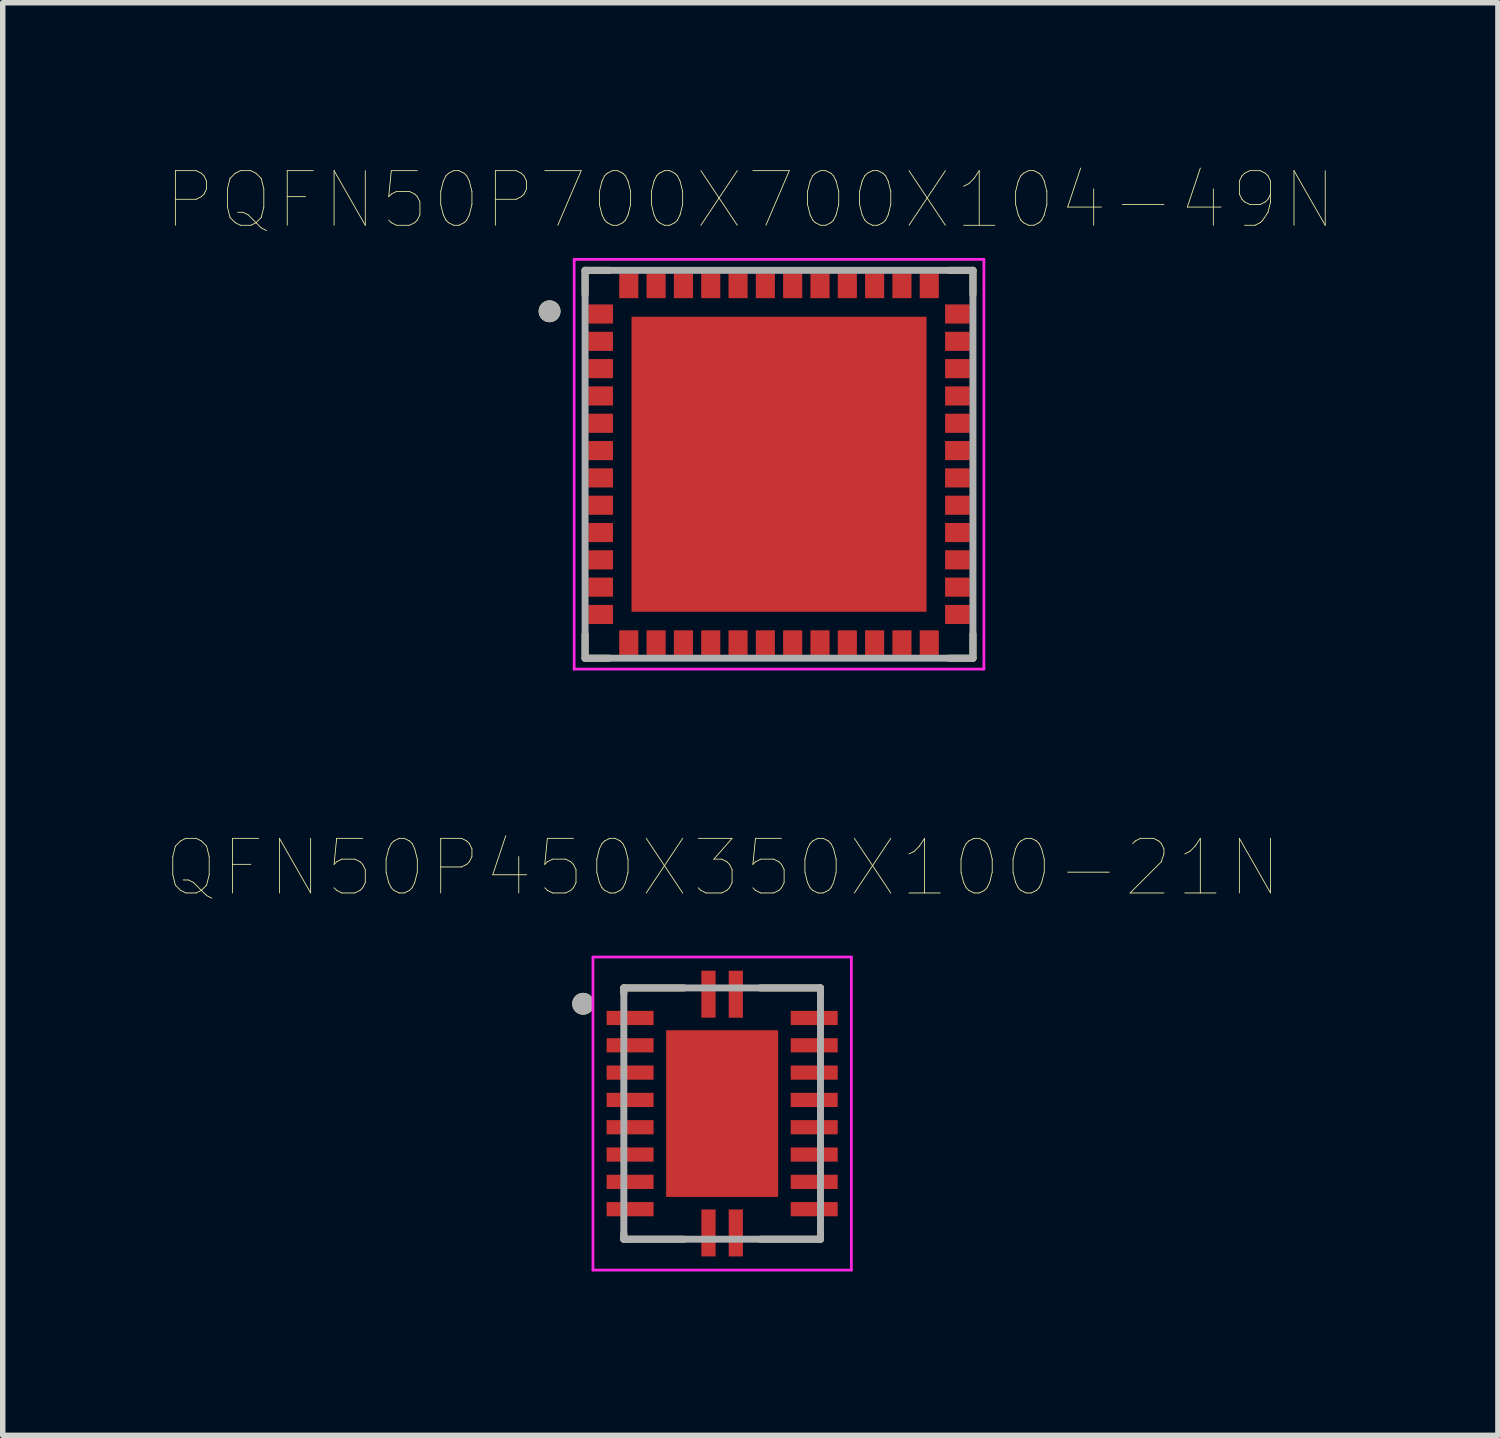
<source format=kicad_pcb>
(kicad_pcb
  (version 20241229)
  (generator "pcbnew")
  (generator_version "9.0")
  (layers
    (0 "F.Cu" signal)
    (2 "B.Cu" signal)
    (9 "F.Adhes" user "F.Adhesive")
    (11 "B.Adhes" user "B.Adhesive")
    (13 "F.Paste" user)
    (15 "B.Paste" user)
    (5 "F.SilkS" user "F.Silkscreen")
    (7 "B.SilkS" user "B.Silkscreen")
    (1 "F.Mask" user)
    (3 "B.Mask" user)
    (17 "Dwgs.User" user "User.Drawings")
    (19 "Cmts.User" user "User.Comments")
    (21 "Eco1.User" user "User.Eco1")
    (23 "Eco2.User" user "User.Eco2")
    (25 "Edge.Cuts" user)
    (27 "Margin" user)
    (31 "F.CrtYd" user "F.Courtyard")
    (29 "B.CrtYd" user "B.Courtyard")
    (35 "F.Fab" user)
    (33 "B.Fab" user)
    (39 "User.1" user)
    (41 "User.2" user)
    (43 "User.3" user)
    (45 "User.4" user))
  (footprint "PQFN50P700X700X104-49N"
    (layer "F.Cu")
    (at 11.21 5.448)
    (property "Reference" "PQFN50P700X700X104-49N" (at -0.526 -4.836 0) (layer "F.SilkS") (effects (font (size 1 1) (thickness 0.015))))
    (attr through_hole)
    (fp_line (start -3.55 -3.55) (end -3.11 -3.55) (stroke (width 0.127) (type solid)) (layer "F.SilkS"))
    (fp_line (start -3.55 -3.11) (end -3.55 -3.55) (stroke (width 0.127) (type solid)) (layer "F.SilkS"))
    (fp_line (start -3.55 3.11) (end -3.55 3.55) (stroke (width 0.127) (type solid)) (layer "F.SilkS"))
    (fp_line (start -3.55 3.55) (end -3.11 3.55) (stroke (width 0.127) (type solid)) (layer "F.SilkS"))
    (fp_line (start 3.55 -3.55) (end 3.11 -3.55) (stroke (width 0.127) (type solid)) (layer "F.SilkS"))
    (fp_line (start 3.55 -3.11) (end 3.55 -3.55) (stroke (width 0.127) (type solid)) (layer "F.SilkS"))
    (fp_line (start 3.55 3.11) (end 3.55 3.55) (stroke (width 0.127) (type solid)) (layer "F.SilkS"))
    (fp_line (start 3.55 3.55) (end 3.11 3.55) (stroke (width 0.127) (type solid)) (layer "F.SilkS"))
    (fp_circle (center -4.2 -2.8) (end -4.1 -2.8) (stroke (width 0.2) (type solid)) (fill no) (layer "F.SilkS"))
    (fp_poly (pts (xy -2.305 -2.305) (xy -0.395 -2.305) (xy -0.395 -0.395) (xy -2.305 -0.395)) (stroke (width 0.01) (type solid)) (fill yes) (layer "F.Paste"))
    (fp_poly (pts (xy -2.305 0.395) (xy -0.395 0.395) (xy -0.395 2.305) (xy -2.305 2.305)) (stroke (width 0.01) (type solid)) (fill yes) (layer "F.Paste"))
    (fp_poly (pts (xy 0.395 -2.305) (xy 2.305 -2.305) (xy 2.305 -0.395) (xy 0.395 -0.395)) (stroke (width 0.01) (type solid)) (fill yes) (layer "F.Paste"))
    (fp_poly (pts (xy 0.395 0.395) (xy 2.305 0.395) (xy 2.305 2.305) (xy 0.395 2.305)) (stroke (width 0.01) (type solid)) (fill yes) (layer "F.Paste"))
    (fp_line (start -3.75 -3.75) (end -3.75 3.75) (stroke (width 0.05) (type solid)) (layer "F.CrtYd"))
    (fp_line (start -3.75 3.75) (end 3.75 3.75) (stroke (width 0.05) (type solid)) (layer "F.CrtYd"))
    (fp_line (start 3.75 -3.75) (end -3.75 -3.75) (stroke (width 0.05) (type solid)) (layer "F.CrtYd"))
    (fp_line (start 3.75 3.75) (end 3.75 -3.75) (stroke (width 0.05) (type solid)) (layer "F.CrtYd"))
    (fp_line (start -3.55 -3.55) (end 3.55 -3.55) (stroke (width 0.127) (type solid)) (layer "F.Fab"))
    (fp_line (start -3.55 3.55) (end -3.55 -3.55) (stroke (width 0.127) (type solid)) (layer "F.Fab"))
    (fp_line (start 3.55 -3.55) (end 3.55 3.55) (stroke (width 0.127) (type solid)) (layer "F.Fab"))
    (fp_line (start 3.55 3.55) (end -3.55 3.55) (stroke (width 0.127) (type solid)) (layer "F.Fab"))
    (fp_circle (center -4.2 -2.8) (end -4.1 -2.8) (stroke (width 0.2) (type solid)) (fill no) (layer "F.Fab"))
    (pad "1" smd rect (at -3.265 -2.75) (size 0.45 0.35) (layers "F.Cu" "F.Mask" "F.Paste"))
    (pad "2" smd rect (at -3.265 -2.25) (size 0.45 0.35) (layers "F.Cu" "F.Mask" "F.Paste"))
    (pad "3" smd rect (at -3.265 -1.75) (size 0.45 0.35) (layers "F.Cu" "F.Mask" "F.Paste"))
    (pad "4" smd rect (at -3.265 -1.25) (size 0.45 0.35) (layers "F.Cu" "F.Mask" "F.Paste"))
    (pad "5" smd rect (at -3.265 -0.75) (size 0.45 0.35) (layers "F.Cu" "F.Mask" "F.Paste"))
    (pad "6" smd rect (at -3.265 -0.25) (size 0.45 0.35) (layers "F.Cu" "F.Mask" "F.Paste"))
    (pad "7" smd rect (at -3.265 0.25) (size 0.45 0.35) (layers "F.Cu" "F.Mask" "F.Paste"))
    (pad "8" smd rect (at -3.265 0.75) (size 0.45 0.35) (layers "F.Cu" "F.Mask" "F.Paste"))
    (pad "9" smd rect (at -3.265 1.25) (size 0.45 0.35) (layers "F.Cu" "F.Mask" "F.Paste"))
    (pad "10" smd rect (at -3.265 1.75) (size 0.45 0.35) (layers "F.Cu" "F.Mask" "F.Paste"))
    (pad "11" smd rect (at -3.265 2.25) (size 0.45 0.35) (layers "F.Cu" "F.Mask" "F.Paste"))
    (pad "12" smd rect (at -3.265 2.75) (size 0.45 0.35) (layers "F.Cu" "F.Mask" "F.Paste"))
    (pad "13" smd rect (at -2.75 3.265) (size 0.35 0.45) (layers "F.Cu" "F.Mask" "F.Paste"))
    (pad "14" smd rect (at -2.25 3.265) (size 0.35 0.45) (layers "F.Cu" "F.Mask" "F.Paste"))
    (pad "15" smd rect (at -1.75 3.265) (size 0.35 0.45) (layers "F.Cu" "F.Mask" "F.Paste"))
    (pad "16" smd rect (at -1.25 3.265) (size 0.35 0.45) (layers "F.Cu" "F.Mask" "F.Paste"))
    (pad "17" smd rect (at -0.75 3.265) (size 0.35 0.45) (layers "F.Cu" "F.Mask" "F.Paste"))
    (pad "18" smd rect (at -0.25 3.265) (size 0.35 0.45) (layers "F.Cu" "F.Mask" "F.Paste"))
    (pad "19" smd rect (at 0.25 3.265) (size 0.35 0.45) (layers "F.Cu" "F.Mask" "F.Paste"))
    (pad "20" smd rect (at 0.75 3.265) (size 0.35 0.45) (layers "F.Cu" "F.Mask" "F.Paste"))
    (pad "21" smd rect (at 1.25 3.265) (size 0.35 0.45) (layers "F.Cu" "F.Mask" "F.Paste"))
    (pad "22" smd rect (at 1.75 3.265) (size 0.35 0.45) (layers "F.Cu" "F.Mask" "F.Paste"))
    (pad "23" smd rect (at 2.25 3.265) (size 0.35 0.45) (layers "F.Cu" "F.Mask" "F.Paste"))
    (pad "24" smd rect (at 2.75 3.265) (size 0.35 0.45) (layers "F.Cu" "F.Mask" "F.Paste"))
    (pad "25" smd rect (at 3.265 2.75) (size 0.45 0.35) (layers "F.Cu" "F.Mask" "F.Paste"))
    (pad "26" smd rect (at 3.265 2.25) (size 0.45 0.35) (layers "F.Cu" "F.Mask" "F.Paste"))
    (pad "27" smd rect (at 3.265 1.75) (size 0.45 0.35) (layers "F.Cu" "F.Mask" "F.Paste"))
    (pad "28" smd rect (at 3.265 1.25) (size 0.45 0.35) (layers "F.Cu" "F.Mask" "F.Paste"))
    (pad "29" smd rect (at 3.265 0.75) (size 0.45 0.35) (layers "F.Cu" "F.Mask" "F.Paste"))
    (pad "30" smd rect (at 3.265 0.25) (size 0.45 0.35) (layers "F.Cu" "F.Mask" "F.Paste"))
    (pad "31" smd rect (at 3.265 -0.25) (size 0.45 0.35) (layers "F.Cu" "F.Mask" "F.Paste"))
    (pad "32" smd rect (at 3.265 -0.75) (size 0.45 0.35) (layers "F.Cu" "F.Mask" "F.Paste"))
    (pad "33" smd rect (at 3.265 -1.25) (size 0.45 0.35) (layers "F.Cu" "F.Mask" "F.Paste"))
    (pad "34" smd rect (at 3.265 -1.75) (size 0.45 0.35) (layers "F.Cu" "F.Mask" "F.Paste"))
    (pad "35" smd rect (at 3.265 -2.25) (size 0.45 0.35) (layers "F.Cu" "F.Mask" "F.Paste"))
    (pad "36" smd rect (at 3.265 -2.75) (size 0.45 0.35) (layers "F.Cu" "F.Mask" "F.Paste"))
    (pad "37" smd rect (at 2.75 -3.265) (size 0.35 0.45) (layers "F.Cu" "F.Mask" "F.Paste"))
    (pad "38" smd rect (at 2.25 -3.265) (size 0.35 0.45) (layers "F.Cu" "F.Mask" "F.Paste"))
    (pad "39" smd rect (at 1.75 -3.265) (size 0.35 0.45) (layers "F.Cu" "F.Mask" "F.Paste"))
    (pad "40" smd rect (at 1.25 -3.265) (size 0.35 0.45) (layers "F.Cu" "F.Mask" "F.Paste"))
    (pad "41" smd rect (at 0.75 -3.265) (size 0.35 0.45) (layers "F.Cu" "F.Mask" "F.Paste"))
    (pad "42" smd rect (at 0.25 -3.265) (size 0.35 0.45) (layers "F.Cu" "F.Mask" "F.Paste"))
    (pad "43" smd rect (at -0.25 -3.265) (size 0.35 0.45) (layers "F.Cu" "F.Mask" "F.Paste"))
    (pad "44" smd rect (at -0.75 -3.265) (size 0.35 0.45) (layers "F.Cu" "F.Mask" "F.Paste"))
    (pad "45" smd rect (at -1.25 -3.265) (size 0.35 0.45) (layers "F.Cu" "F.Mask" "F.Paste"))
    (pad "46" smd rect (at -1.75 -3.265) (size 0.35 0.45) (layers "F.Cu" "F.Mask" "F.Paste"))
    (pad "47" smd rect (at -2.25 -3.265) (size 0.35 0.45) (layers "F.Cu" "F.Mask" "F.Paste"))
    (pad "48" smd rect (at -2.75 -3.265) (size 0.35 0.45) (layers "F.Cu" "F.Mask" "F.Paste"))
    (pad "49" smd rect (at 0 0) (size 5.4 5.4) (layers "F.Cu" "F.Mask")))
  (footprint "QFN50P450X350X100-21N"
    (layer "F.Cu")
    (at 10.169 17.334)
    (property "Reference" "QFN50P450X350X100-21N" (at 0.015 -4.5 0) (layer "F.SilkS") (effects (font (size 1 1) (thickness 0.015))))
    (attr through_hole)
    (fp_line (start -1.8 -2.3) (end -1.8 -2.2) (stroke (width 0.127) (type solid)) (layer "F.SilkS"))
    (fp_line (start -1.8 -2.3) (end -0.7 -2.3) (stroke (width 0.127) (type solid)) (layer "F.SilkS"))
    (fp_line (start -1.8 2.3) (end -1.8 2.2) (stroke (width 0.127) (type solid)) (layer "F.SilkS"))
    (fp_line (start -1.8 2.3) (end -0.7 2.3) (stroke (width 0.127) (type solid)) (layer "F.SilkS"))
    (fp_line (start 1.8 -2.3) (end 0.7 -2.3) (stroke (width 0.127) (type solid)) (layer "F.SilkS"))
    (fp_line (start 1.8 -2.3) (end 1.8 -2.2) (stroke (width 0.127) (type solid)) (layer "F.SilkS"))
    (fp_line (start 1.8 2.3) (end 0.7 2.3) (stroke (width 0.127) (type solid)) (layer "F.SilkS"))
    (fp_line (start 1.8 2.3) (end 1.8 2.2) (stroke (width 0.127) (type solid)) (layer "F.SilkS"))
    (fp_circle (center -2.545 -2.01) (end -2.445 -2.01) (stroke (width 0.2) (type solid)) (fill no) (layer "F.SilkS"))
    (fp_poly (pts (xy -0.89 -1.33) (xy -0.13 -1.33) (xy -0.13 -0.19) (xy -0.89 -0.19)) (stroke (width 0.01) (type solid)) (fill yes) (layer "F.Paste"))
    (fp_poly (pts (xy -0.89 0.19) (xy -0.13 0.19) (xy -0.13 1.33) (xy -0.89 1.33)) (stroke (width 0.01) (type solid)) (fill yes) (layer "F.Paste"))
    (fp_poly (pts (xy 0.13 -1.33) (xy 0.89 -1.33) (xy 0.89 -0.19) (xy 0.13 -0.19)) (stroke (width 0.01) (type solid)) (fill yes) (layer "F.Paste"))
    (fp_poly (pts (xy 0.13 0.19) (xy 0.89 0.19) (xy 0.89 1.33) (xy 0.13 1.33)) (stroke (width 0.01) (type solid)) (fill yes) (layer "F.Paste"))
    (fp_line (start -2.365 -2.865) (end 2.365 -2.865) (stroke (width 0.05) (type solid)) (layer "F.CrtYd"))
    (fp_line (start -2.365 2.865) (end -2.365 -2.865) (stroke (width 0.05) (type solid)) (layer "F.CrtYd"))
    (fp_line (start -2.365 2.865) (end 2.365 2.865) (stroke (width 0.05) (type solid)) (layer "F.CrtYd"))
    (fp_line (start 2.365 2.865) (end 2.365 -2.865) (stroke (width 0.05) (type solid)) (layer "F.CrtYd"))
    (fp_line (start -1.8 2.3) (end -1.8 -2.3) (stroke (width 0.127) (type solid)) (layer "F.Fab"))
    (fp_line (start 1.8 -2.3) (end -1.8 -2.3) (stroke (width 0.127) (type solid)) (layer "F.Fab"))
    (fp_line (start 1.8 2.3) (end -1.8 2.3) (stroke (width 0.127) (type solid)) (layer "F.Fab"))
    (fp_line (start 1.8 2.3) (end 1.8 -2.3) (stroke (width 0.127) (type solid)) (layer "F.Fab"))
    (fp_circle (center -2.545 -2.01) (end -2.445 -2.01) (stroke (width 0.2) (type solid)) (fill no) (layer "F.Fab"))
    (pad "1" smd rect (at -1.685 -1.75) (size 0.86 0.26) (layers "F.Cu" "F.Mask" "F.Paste"))
    (pad "2" smd rect (at -1.685 -1.25) (size 0.86 0.26) (layers "F.Cu" "F.Mask" "F.Paste"))
    (pad "3" smd rect (at -1.685 -0.75) (size 0.86 0.26) (layers "F.Cu" "F.Mask" "F.Paste"))
    (pad "4" smd rect (at -1.685 -0.25) (size 0.86 0.26) (layers "F.Cu" "F.Mask" "F.Paste"))
    (pad "5" smd rect (at -1.685 0.25) (size 0.86 0.26) (layers "F.Cu" "F.Mask" "F.Paste"))
    (pad "6" smd rect (at -1.685 0.75) (size 0.86 0.26) (layers "F.Cu" "F.Mask" "F.Paste"))
    (pad "7" smd rect (at -1.685 1.25) (size 0.86 0.26) (layers "F.Cu" "F.Mask" "F.Paste"))
    (pad "8" smd rect (at -1.685 1.75) (size 0.86 0.26) (layers "F.Cu" "F.Mask" "F.Paste"))
    (pad "9" smd rect (at -0.25 2.185) (size 0.26 0.86) (layers "F.Cu" "F.Mask" "F.Paste"))
    (pad "10" smd rect (at 0.25 2.185) (size 0.26 0.86) (layers "F.Cu" "F.Mask" "F.Paste"))
    (pad "11" smd rect (at 1.685 1.75) (size 0.86 0.26) (layers "F.Cu" "F.Mask" "F.Paste"))
    (pad "12" smd rect (at 1.685 1.25) (size 0.86 0.26) (layers "F.Cu" "F.Mask" "F.Paste"))
    (pad "13" smd rect (at 1.685 0.75) (size 0.86 0.26) (layers "F.Cu" "F.Mask" "F.Paste"))
    (pad "14" smd rect (at 1.685 0.25) (size 0.86 0.26) (layers "F.Cu" "F.Mask" "F.Paste"))
    (pad "15" smd rect (at 1.685 -0.25) (size 0.86 0.26) (layers "F.Cu" "F.Mask" "F.Paste"))
    (pad "16" smd rect (at 1.685 -0.75) (size 0.86 0.26) (layers "F.Cu" "F.Mask" "F.Paste"))
    (pad "17" smd rect (at 1.685 -1.25) (size 0.86 0.26) (layers "F.Cu" "F.Mask" "F.Paste"))
    (pad "18" smd rect (at 1.685 -1.75) (size 0.86 0.26) (layers "F.Cu" "F.Mask" "F.Paste"))
    (pad "19" smd rect (at 0.25 -2.185) (size 0.26 0.86) (layers "F.Cu" "F.Mask" "F.Paste"))
    (pad "20" smd rect (at -0.25 -2.185) (size 0.26 0.86) (layers "F.Cu" "F.Mask" "F.Paste"))
    (pad "21" smd rect (at 0 0) (size 2.05 3.05) (layers "F.Cu" "F.Mask")))
  (gr_rect
    (start -3 -3)
    (end 24.369 23.224)
    (stroke (width 0.1) (type default))
    (fill no)
    (layer "Edge.Cuts")))
</source>
